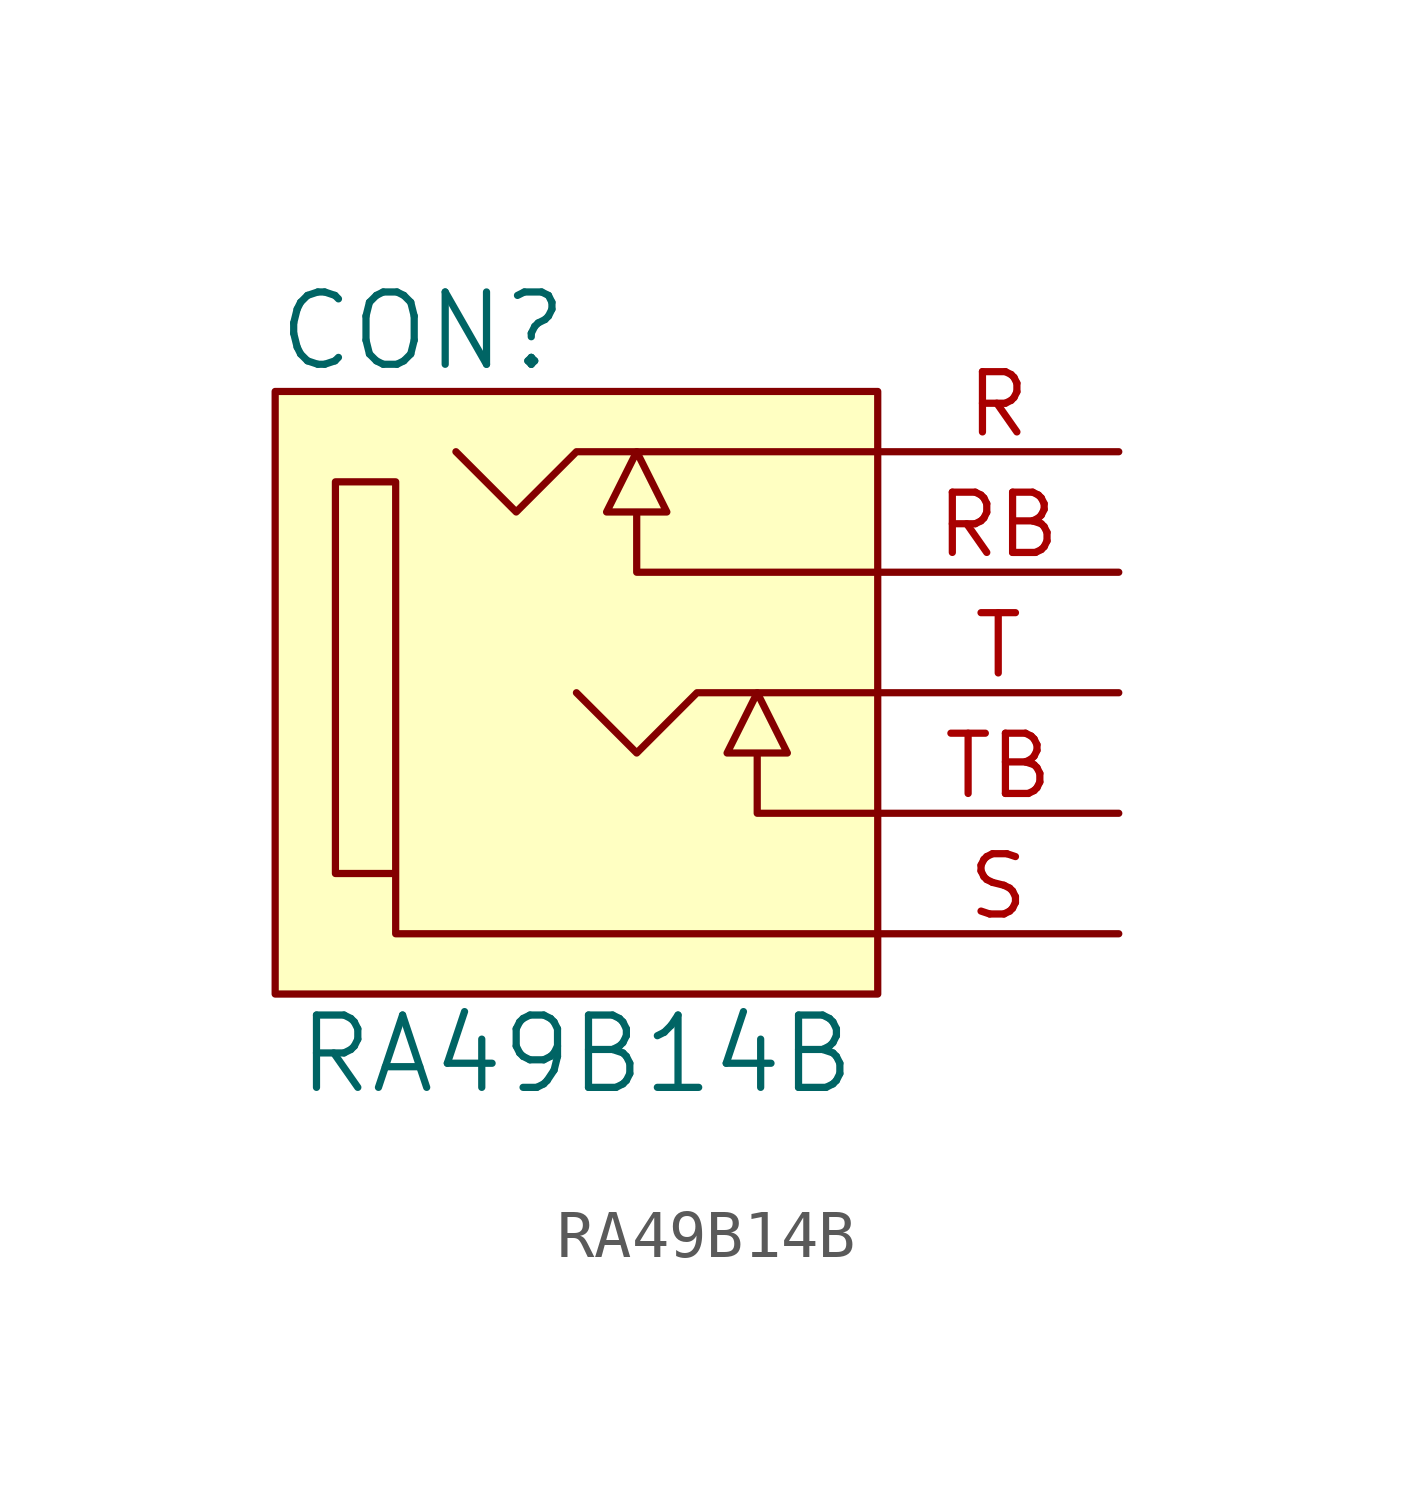
<source format=kicad_sym>
(kicad_symbol_lib
  (version 20231120)
  (generator "kicad_symbol_editor")
  (generator_version "8.0")
  (symbol "RA49B14B"
    (pin_names
      (offset 0.025))
    (property "Reference" "CON"
      (at -7.62 7.62 0)
      (effects (font (size 1.524 1.524)) (justify left)))
    (property "Value" "RA49B14B"
      (at -1.27 -7.62 0)
      (effects (font (size 1.524 1.524))))
    (symbol "RA49B14B_0_1"
      (polyline (pts (xy 5.08 0) (xy 1.27 0) (xy 0 -1.27) (xy -1.27 0)) (stroke (width 0) (type solid)) (fill (type none)))
      (polyline (pts (xy 5.08 5.08) (xy -1.27 5.08) (xy -2.54 3.81) (xy -3.81 5.08)) (stroke (width 0) (type solid)) (fill (type none)))
      (polyline (pts (xy 5.08 -5.08) (xy -5.08 -5.08) (xy -5.08 4.445) (xy -6.35 4.445) (xy -6.35 -3.81) (xy -5.08 -3.81)) (stroke (width 0) (type solid)) (fill (type none)))
      (polyline (pts (xy 5.08 -2.54) (xy 2.54 -2.54) (xy 2.54 -1.27) (xy 1.905 -1.27) (xy 2.54 0) (xy 3.175 -1.27) (xy 2.54 -1.27)) (stroke (width 0) (type solid)) (fill (type none)))
      (polyline (pts (xy 5.08 2.54) (xy 0 2.54) (xy 0 3.81) (xy -0.635 3.81) (xy 0 5.08) (xy 0.635 3.81) (xy 0 3.81)) (stroke (width 0) (type solid)) (fill (type none)))
      (rectangle (start 5.08 6.35) (end -7.62 -6.35) (stroke (width 0) (type solid)) (fill (type background))))
    (symbol "RA49B14B_1_1"
      (pin passive line (at 10.16 5.08 180) (length 5.08) (name "~" (effects (font (size 1.27 1.27)))) (number "R" (effects (font (size 1.27 1.27)))))
      (pin passive line (at 10.16 2.54 180) (length 5.08) (name "~" (effects (font (size 1.27 1.27)))) (number "RB" (effects (font (size 1.27 1.27)))))
      (pin passive line (at 10.16 -5.08 180) (length 5.08) (name "~" (effects (font (size 1.27 1.27)))) (number "S" (effects (font (size 1.27 1.27)))))
      (pin passive line (at 10.16 0 180) (length 5.08) (name "~" (effects (font (size 1.27 1.27)))) (number "T" (effects (font (size 1.27 1.27)))))
      (pin passive line (at 10.16 -2.54 180) (length 5.08) (name "~" (effects (font (size 1.27 1.27)))) (number "TB" (effects (font (size 1.27 1.27))))))))
</source>
